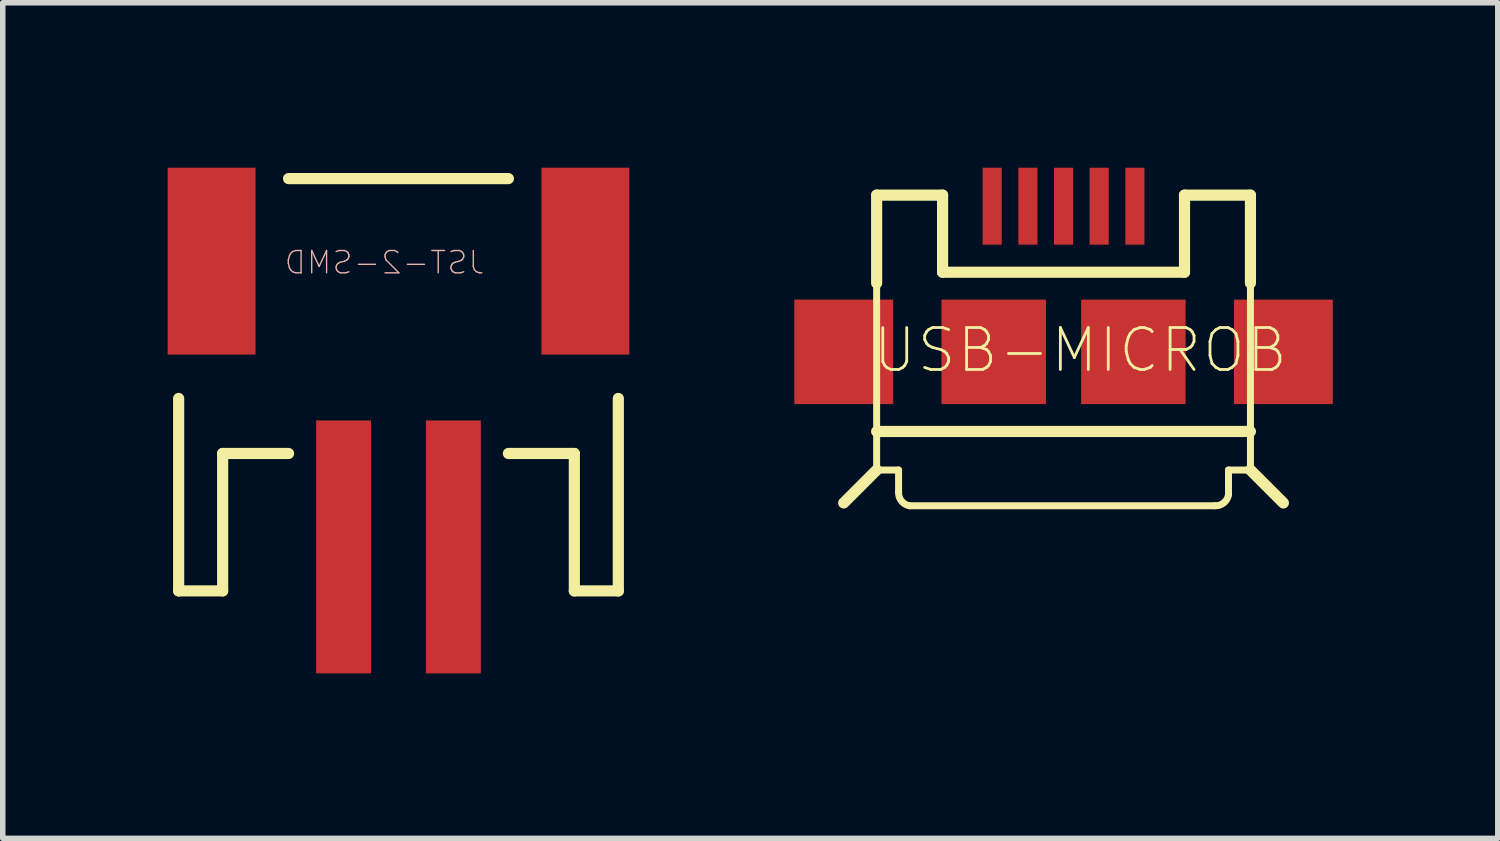
<source format=kicad_pcb>
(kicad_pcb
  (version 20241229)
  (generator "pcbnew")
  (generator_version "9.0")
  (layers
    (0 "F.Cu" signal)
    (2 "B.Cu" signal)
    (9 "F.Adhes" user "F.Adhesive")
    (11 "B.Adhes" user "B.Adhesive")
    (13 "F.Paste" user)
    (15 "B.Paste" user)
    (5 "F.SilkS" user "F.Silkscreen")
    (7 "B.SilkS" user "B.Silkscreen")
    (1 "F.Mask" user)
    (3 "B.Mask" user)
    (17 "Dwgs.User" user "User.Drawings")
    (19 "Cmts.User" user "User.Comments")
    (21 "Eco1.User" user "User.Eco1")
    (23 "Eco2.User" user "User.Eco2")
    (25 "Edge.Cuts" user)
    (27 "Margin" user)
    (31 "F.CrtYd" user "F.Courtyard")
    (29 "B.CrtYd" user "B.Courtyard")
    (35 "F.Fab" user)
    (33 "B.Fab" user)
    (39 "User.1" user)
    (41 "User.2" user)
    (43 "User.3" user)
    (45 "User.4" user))
  (footprint "JST-2-SMD"
    (layer "F.Cu")
    (at 4.197 3.198)
    (property "Reference" "JST-2-SMD" (at -0.254 -1.473 0) (layer "B.SilkS") (effects (font (size 0.406 0.406) (thickness 0.025)) (justify mirror)))
    (attr smd)
    (fp_line (start -3.998 0.998) (end -3.998 4.498) (stroke (width 0.203) (type solid)) (layer "F.SilkS"))
    (fp_line (start -3.998 4.498) (end -3.198 4.498) (stroke (width 0.203) (type solid)) (layer "F.SilkS"))
    (fp_line (start -3.198 1.999) (end -1.999 1.999) (stroke (width 0.203) (type solid)) (layer "F.SilkS"))
    (fp_line (start -3.198 4.498) (end -3.198 1.999) (stroke (width 0.203) (type solid)) (layer "F.SilkS"))
    (fp_line (start 1.999 -3) (end -1.999 -3) (stroke (width 0.203) (type solid)) (layer "F.SilkS"))
    (fp_line (start 1.999 1.999) (end 3.198 1.999) (stroke (width 0.203) (type solid)) (layer "F.SilkS"))
    (fp_line (start 3.198 1.999) (end 3.198 4.498) (stroke (width 0.203) (type solid)) (layer "F.SilkS"))
    (fp_line (start 3.198 4.498) (end 3.998 4.498) (stroke (width 0.203) (type solid)) (layer "F.SilkS"))
    (fp_line (start 3.998 4.498) (end 3.998 0.998) (stroke (width 0.203) (type solid)) (layer "F.SilkS"))
    (pad "1" smd rect (at -0.998 3.698) (size 0.998 4.6) (layers "F.Cu" "F.Mask" "F.Paste"))
    (pad "2" smd rect (at 0.998 3.698) (size 0.998 4.6) (layers "F.Cu" "F.Mask" "F.Paste"))
    (pad "NC1" smd rect (at -3.399 -1.499 90) (size 3.399 1.598) (layers "F.Cu" "F.Mask" "F.Paste"))
    (pad "NC2" smd rect (at 3.399 -1.499 90) (size 3.399 1.598) (layers "F.Cu" "F.Mask" "F.Paste")))
  (footprint "USB-MICROB"
    (layer "F.Cu")
    (at 16.292 3.349)
    (property "Reference" "USB-MICROB" (at 0.305 -0.03 0) (layer "F.SilkS") (effects (font (size 0.762 0.762) (thickness 0.051))))
    (attr smd)
    (fp_line (start -3.399 -2.85) (end -2.2 -2.85) (stroke (width 0.127) (type solid)) (layer "F.SilkS"))
    (fp_line (start -3.399 -2.85) (end -2.2 -2.85) (stroke (width 0.203) (type solid)) (layer "F.SilkS"))
    (fp_line (start -3.399 -1.25) (end -3.399 -2.85) (stroke (width 0.203) (type solid)) (layer "F.SilkS"))
    (fp_line (start -3.399 1.448) (end -3.399 -2.85) (stroke (width 0.127) (type solid)) (layer "F.SilkS"))
    (fp_line (start -3.399 1.448) (end 3.399 1.448) (stroke (width 0.127) (type solid)) (layer "F.SilkS"))
    (fp_line (start -3.399 1.448) (end 3.399 1.448) (stroke (width 0.203) (type solid)) (layer "F.SilkS"))
    (fp_line (start -3.399 2.149) (end -3.998 2.748) (stroke (width 0.203) (type solid)) (layer "F.SilkS"))
    (fp_line (start -3.399 2.149) (end -3.399 1.448) (stroke (width 0.127) (type solid)) (layer "F.SilkS"))
    (fp_line (start -3.399 2.149) (end -3 2.149) (stroke (width 0.127) (type solid)) (layer "F.SilkS"))
    (fp_line (start -3 2.149) (end -3 2.548) (stroke (width 0.127) (type solid)) (layer "F.SilkS"))
    (fp_line (start -2.799 2.799) (end 2.748 2.799) (stroke (width 0.127) (type solid)) (layer "F.SilkS"))
    (fp_line (start -2.2 -2.85) (end -2.2 -1.448) (stroke (width 0.203) (type solid)) (layer "F.SilkS"))
    (fp_line (start -2.2 -1.448) (end -2.2 -2.85) (stroke (width 0.127) (type solid)) (layer "F.SilkS"))
    (fp_line (start -2.2 -1.448) (end 2.2 -1.448) (stroke (width 0.127) (type solid)) (layer "F.SilkS"))
    (fp_line (start -2.2 -1.448) (end 2.2 -1.448) (stroke (width 0.203) (type solid)) (layer "F.SilkS"))
    (fp_line (start 2.2 -1.448) (end 2.2 -2.85) (stroke (width 0.127) (type solid)) (layer "F.SilkS"))
    (fp_line (start 2.2 -1.448) (end 2.2 -2.85) (stroke (width 0.203) (type solid)) (layer "F.SilkS"))
    (fp_line (start 3 2.149) (end 3.399 2.149) (stroke (width 0.127) (type solid)) (layer "F.SilkS"))
    (fp_line (start 3 2.598) (end 3 2.149) (stroke (width 0.127) (type solid)) (layer "F.SilkS"))
    (fp_line (start 3.399 -2.85) (end 2.2 -2.85) (stroke (width 0.127) (type solid)) (layer "F.SilkS"))
    (fp_line (start 3.399 -2.85) (end 2.2 -2.85) (stroke (width 0.203) (type solid)) (layer "F.SilkS"))
    (fp_line (start 3.399 -2.85) (end 3.399 1.448) (stroke (width 0.127) (type solid)) (layer "F.SilkS"))
    (fp_line (start 3.399 -1.25) (end 3.399 -2.85) (stroke (width 0.203) (type solid)) (layer "F.SilkS"))
    (fp_line (start 3.399 1.448) (end 3.399 2.149) (stroke (width 0.127) (type solid)) (layer "F.SilkS"))
    (fp_line (start 3.399 2.149) (end 3.998 2.748) (stroke (width 0.203) (type solid)) (layer "F.SilkS"))
    (fp_arc (start -2.79908 2.79908) (mid -2.948009 2.712097) (end -2.999764 2.547576) (stroke (width 0.127) (type solid)) (layer "F.SilkS"))
    (fp_arc (start 2.99974 2.59842) (mid 2.912757 2.747349) (end 2.748236 2.799104) (stroke (width 0.127) (type solid)) (layer "F.SilkS"))
    (pad "D+" smd rect (at 0 -2.649 90) (size 1.4 0.348) (layers "F.Cu" "F.Mask" "F.Paste"))
    (pad "D-" smd rect (at -0.648 -2.649 90) (size 1.4 0.348) (layers "F.Cu" "F.Mask" "F.Paste"))
    (pad "GND" smd rect (at 1.298 -2.649 90) (size 1.4 0.348) (layers "F.Cu" "F.Mask" "F.Paste"))
    (pad "ID" smd rect (at 0.648 -2.649 90) (size 1.4 0.348) (layers "F.Cu" "F.Mask" "F.Paste"))
    (pad "MT1" smd rect (at -3.998 0) (size 1.798 1.9) (layers "F.Cu" "F.Mask" "F.Paste"))
    (pad "MT2" smd rect (at 3.998 0) (size 1.798 1.9) (layers "F.Cu" "F.Mask" "F.Paste"))
    (pad "P$1" smd rect (at -1.27 0) (size 1.9 1.9) (layers "F.Cu" "F.Mask" "F.Paste"))
    (pad "P$2" smd rect (at 1.27 0) (size 1.9 1.9) (layers "F.Cu" "F.Mask" "F.Paste"))
    (pad "VBUS" smd rect (at -1.298 -2.649 90) (size 1.4 0.348) (layers "F.Cu" "F.Mask" "F.Paste")))
  (gr_rect
    (start -3 -3)
    (end 24.189 12.196)
    (stroke (width 0.1) (type default))
    (fill no)
    (layer "Edge.Cuts")))
</source>
